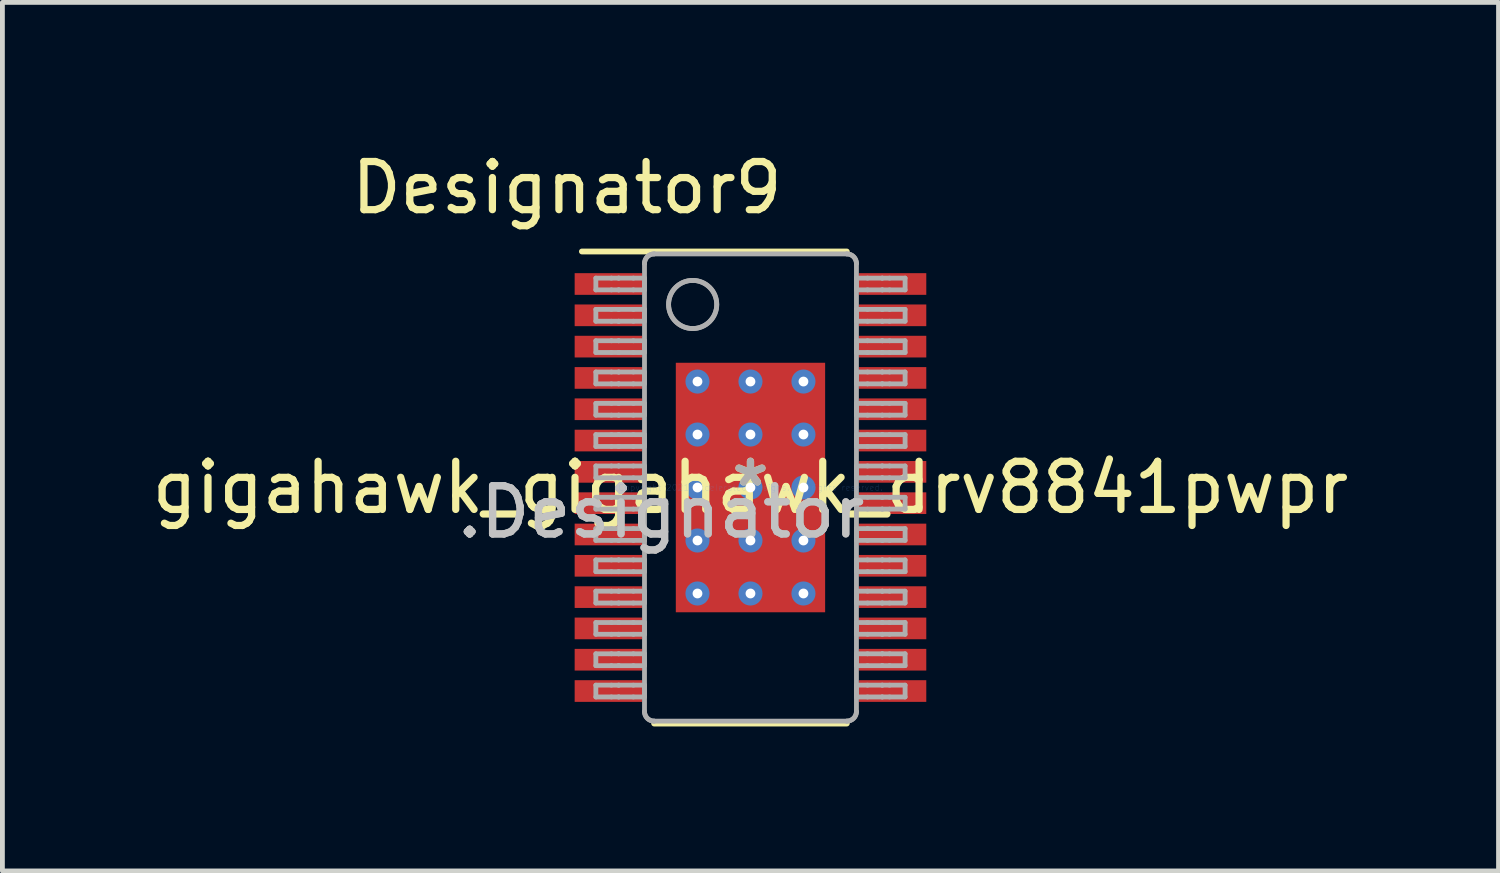
<source format=kicad_pcb>
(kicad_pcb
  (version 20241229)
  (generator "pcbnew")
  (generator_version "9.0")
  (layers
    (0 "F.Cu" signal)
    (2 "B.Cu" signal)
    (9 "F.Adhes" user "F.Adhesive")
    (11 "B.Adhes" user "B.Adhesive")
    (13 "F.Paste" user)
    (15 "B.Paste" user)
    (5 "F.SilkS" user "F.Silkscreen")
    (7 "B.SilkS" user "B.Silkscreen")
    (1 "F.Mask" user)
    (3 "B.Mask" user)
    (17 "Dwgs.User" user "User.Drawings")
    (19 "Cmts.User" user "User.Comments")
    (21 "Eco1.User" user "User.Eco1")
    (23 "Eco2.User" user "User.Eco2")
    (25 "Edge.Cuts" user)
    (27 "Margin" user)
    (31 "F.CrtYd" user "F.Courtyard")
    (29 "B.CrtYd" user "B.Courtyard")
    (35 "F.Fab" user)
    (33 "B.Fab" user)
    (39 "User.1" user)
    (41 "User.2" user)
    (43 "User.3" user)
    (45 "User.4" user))
  (footprint "gigahawk_gigahawk_drv8841pwpr"
    (layer "F.Cu")
    (at 12.53 7.071)
    (property "Reference" "gigahawk_gigahawk_drv8841pwpr" (at 0 0 0) (layer "F.SilkS") (effects (font (size 1 1) (thickness 0.15))))
    (attr through_hole)
    (fp_line (start -3.5 -4.9) (end 2 -4.9) (stroke (width 0.12) (type solid)) (layer "F.SilkS"))
    (fp_line (start -2 4.9) (end 2 4.9) (stroke (width 0.12) (type solid)) (layer "F.SilkS"))
    (fp_line (start -3.21 -4.347) (end -2.887 -4.347) (stroke (width 0.1) (type solid)) (layer "F.Fab"))
    (fp_line (start -3.21 -4.103) (end -3.21 -4.347) (stroke (width 0.1) (type solid)) (layer "F.Fab"))
    (fp_line (start -3.21 -4.103) (end -2.887 -4.103) (stroke (width 0.1) (type solid)) (layer "F.Fab"))
    (fp_line (start -3.21 -3.698) (end -2.887 -3.698) (stroke (width 0.1) (type solid)) (layer "F.Fab"))
    (fp_line (start -3.21 -3.452) (end -3.21 -3.698) (stroke (width 0.1) (type solid)) (layer "F.Fab"))
    (fp_line (start -3.21 -3.452) (end -2.887 -3.452) (stroke (width 0.1) (type solid)) (layer "F.Fab"))
    (fp_line (start -3.21 -3.047) (end -2.887 -3.047) (stroke (width 0.1) (type solid)) (layer "F.Fab"))
    (fp_line (start -3.21 -2.803) (end -3.21 -3.047) (stroke (width 0.1) (type solid)) (layer "F.Fab"))
    (fp_line (start -3.21 -2.803) (end -2.887 -2.803) (stroke (width 0.1) (type solid)) (layer "F.Fab"))
    (fp_line (start -3.21 -2.398) (end -2.887 -2.398) (stroke (width 0.1) (type solid)) (layer "F.Fab"))
    (fp_line (start -3.21 -2.152) (end -3.21 -2.398) (stroke (width 0.1) (type solid)) (layer "F.Fab"))
    (fp_line (start -3.21 -2.152) (end -2.887 -2.152) (stroke (width 0.1) (type solid)) (layer "F.Fab"))
    (fp_line (start -3.21 -1.747) (end -2.887 -1.747) (stroke (width 0.1) (type solid)) (layer "F.Fab"))
    (fp_line (start -3.21 -1.502) (end -3.21 -1.747) (stroke (width 0.1) (type solid)) (layer "F.Fab"))
    (fp_line (start -3.21 -1.502) (end -2.887 -1.502) (stroke (width 0.1) (type solid)) (layer "F.Fab"))
    (fp_line (start -3.21 -1.098) (end -2.887 -1.098) (stroke (width 0.1) (type solid)) (layer "F.Fab"))
    (fp_line (start -3.21 -0.852) (end -3.21 -1.098) (stroke (width 0.1) (type solid)) (layer "F.Fab"))
    (fp_line (start -3.21 -0.852) (end -2.887 -0.852) (stroke (width 0.1) (type solid)) (layer "F.Fab"))
    (fp_line (start -3.21 -0.447) (end -2.887 -0.447) (stroke (width 0.1) (type solid)) (layer "F.Fab"))
    (fp_line (start -3.21 -0.202) (end -3.21 -0.447) (stroke (width 0.1) (type solid)) (layer "F.Fab"))
    (fp_line (start -3.21 -0.202) (end -2.887 -0.202) (stroke (width 0.1) (type solid)) (layer "F.Fab"))
    (fp_line (start -3.21 0.203) (end -2.887 0.203) (stroke (width 0.1) (type solid)) (layer "F.Fab"))
    (fp_line (start -3.21 0.448) (end -3.21 0.203) (stroke (width 0.1) (type solid)) (layer "F.Fab"))
    (fp_line (start -3.21 0.448) (end -2.887 0.448) (stroke (width 0.1) (type solid)) (layer "F.Fab"))
    (fp_line (start -3.21 0.853) (end -2.887 0.853) (stroke (width 0.1) (type solid)) (layer "F.Fab"))
    (fp_line (start -3.21 1.098) (end -3.21 0.853) (stroke (width 0.1) (type solid)) (layer "F.Fab"))
    (fp_line (start -3.21 1.098) (end -2.887 1.098) (stroke (width 0.1) (type solid)) (layer "F.Fab"))
    (fp_line (start -3.21 1.503) (end -2.887 1.503) (stroke (width 0.1) (type solid)) (layer "F.Fab"))
    (fp_line (start -3.21 1.747) (end -3.21 1.503) (stroke (width 0.1) (type solid)) (layer "F.Fab"))
    (fp_line (start -3.21 1.747) (end -2.887 1.747) (stroke (width 0.1) (type solid)) (layer "F.Fab"))
    (fp_line (start -3.21 2.152) (end -2.887 2.152) (stroke (width 0.1) (type solid)) (layer "F.Fab"))
    (fp_line (start -3.21 2.398) (end -3.21 2.152) (stroke (width 0.1) (type solid)) (layer "F.Fab"))
    (fp_line (start -3.21 2.398) (end -2.887 2.398) (stroke (width 0.1) (type solid)) (layer "F.Fab"))
    (fp_line (start -3.21 2.803) (end -2.887 2.803) (stroke (width 0.1) (type solid)) (layer "F.Fab"))
    (fp_line (start -3.21 3.047) (end -3.21 2.803) (stroke (width 0.1) (type solid)) (layer "F.Fab"))
    (fp_line (start -3.21 3.047) (end -2.887 3.047) (stroke (width 0.1) (type solid)) (layer "F.Fab"))
    (fp_line (start -3.21 3.452) (end -2.887 3.452) (stroke (width 0.1) (type solid)) (layer "F.Fab"))
    (fp_line (start -3.21 3.698) (end -3.21 3.452) (stroke (width 0.1) (type solid)) (layer "F.Fab"))
    (fp_line (start -3.21 3.698) (end -2.887 3.698) (stroke (width 0.1) (type solid)) (layer "F.Fab"))
    (fp_line (start -3.21 4.103) (end -2.887 4.103) (stroke (width 0.1) (type solid)) (layer "F.Fab"))
    (fp_line (start -3.21 4.348) (end -3.21 4.103) (stroke (width 0.1) (type solid)) (layer "F.Fab"))
    (fp_line (start -3.21 4.348) (end -2.887 4.348) (stroke (width 0.1) (type solid)) (layer "F.Fab"))
    (fp_line (start -2.887 -4.347) (end -2.739 -4.347) (stroke (width 0.1) (type solid)) (layer "F.Fab"))
    (fp_line (start -2.887 -4.103) (end -2.739 -4.103) (stroke (width 0.1) (type solid)) (layer "F.Fab"))
    (fp_line (start -2.887 -3.698) (end -2.739 -3.698) (stroke (width 0.1) (type solid)) (layer "F.Fab"))
    (fp_line (start -2.887 -3.452) (end -2.739 -3.452) (stroke (width 0.1) (type solid)) (layer "F.Fab"))
    (fp_line (start -2.887 -3.047) (end -2.739 -3.047) (stroke (width 0.1) (type solid)) (layer "F.Fab"))
    (fp_line (start -2.887 -2.803) (end -2.739 -2.803) (stroke (width 0.1) (type solid)) (layer "F.Fab"))
    (fp_line (start -2.887 -2.398) (end -2.739 -2.398) (stroke (width 0.1) (type solid)) (layer "F.Fab"))
    (fp_line (start -2.887 -2.152) (end -2.739 -2.152) (stroke (width 0.1) (type solid)) (layer "F.Fab"))
    (fp_line (start -2.887 -1.747) (end -2.739 -1.747) (stroke (width 0.1) (type solid)) (layer "F.Fab"))
    (fp_line (start -2.887 -1.502) (end -2.739 -1.502) (stroke (width 0.1) (type solid)) (layer "F.Fab"))
    (fp_line (start -2.887 -1.098) (end -2.739 -1.098) (stroke (width 0.1) (type solid)) (layer "F.Fab"))
    (fp_line (start -2.887 -0.852) (end -2.739 -0.852) (stroke (width 0.1) (type solid)) (layer "F.Fab"))
    (fp_line (start -2.887 -0.447) (end -2.739 -0.447) (stroke (width 0.1) (type solid)) (layer "F.Fab"))
    (fp_line (start -2.887 -0.202) (end -2.739 -0.202) (stroke (width 0.1) (type solid)) (layer "F.Fab"))
    (fp_line (start -2.887 0.203) (end -2.739 0.203) (stroke (width 0.1) (type solid)) (layer "F.Fab"))
    (fp_line (start -2.887 0.448) (end -2.739 0.448) (stroke (width 0.1) (type solid)) (layer "F.Fab"))
    (fp_line (start -2.887 0.853) (end -2.739 0.853) (stroke (width 0.1) (type solid)) (layer "F.Fab"))
    (fp_line (start -2.887 1.098) (end -2.739 1.098) (stroke (width 0.1) (type solid)) (layer "F.Fab"))
    (fp_line (start -2.887 1.503) (end -2.739 1.503) (stroke (width 0.1) (type solid)) (layer "F.Fab"))
    (fp_line (start -2.887 1.747) (end -2.739 1.747) (stroke (width 0.1) (type solid)) (layer "F.Fab"))
    (fp_line (start -2.887 2.152) (end -2.739 2.152) (stroke (width 0.1) (type solid)) (layer "F.Fab"))
    (fp_line (start -2.887 2.398) (end -2.739 2.398) (stroke (width 0.1) (type solid)) (layer "F.Fab"))
    (fp_line (start -2.887 2.803) (end -2.739 2.803) (stroke (width 0.1) (type solid)) (layer "F.Fab"))
    (fp_line (start -2.887 3.047) (end -2.739 3.047) (stroke (width 0.1) (type solid)) (layer "F.Fab"))
    (fp_line (start -2.887 3.452) (end -2.739 3.452) (stroke (width 0.1) (type solid)) (layer "F.Fab"))
    (fp_line (start -2.887 3.698) (end -2.739 3.698) (stroke (width 0.1) (type solid)) (layer "F.Fab"))
    (fp_line (start -2.887 4.103) (end -2.739 4.103) (stroke (width 0.1) (type solid)) (layer "F.Fab"))
    (fp_line (start -2.887 4.348) (end -2.739 4.348) (stroke (width 0.1) (type solid)) (layer "F.Fab"))
    (fp_line (start -2.739 -4.347) (end -2.733 -4.347) (stroke (width 0.1) (type solid)) (layer "F.Fab"))
    (fp_line (start -2.739 -4.103) (end -2.733 -4.103) (stroke (width 0.1) (type solid)) (layer "F.Fab"))
    (fp_line (start -2.739 -3.698) (end -2.733 -3.698) (stroke (width 0.1) (type solid)) (layer "F.Fab"))
    (fp_line (start -2.739 -3.452) (end -2.733 -3.452) (stroke (width 0.1) (type solid)) (layer "F.Fab"))
    (fp_line (start -2.739 -3.047) (end -2.733 -3.047) (stroke (width 0.1) (type solid)) (layer "F.Fab"))
    (fp_line (start -2.739 -2.803) (end -2.733 -2.803) (stroke (width 0.1) (type solid)) (layer "F.Fab"))
    (fp_line (start -2.739 -2.398) (end -2.733 -2.398) (stroke (width 0.1) (type solid)) (layer "F.Fab"))
    (fp_line (start -2.739 -2.152) (end -2.733 -2.152) (stroke (width 0.1) (type solid)) (layer "F.Fab"))
    (fp_line (start -2.739 -1.747) (end -2.733 -1.747) (stroke (width 0.1) (type solid)) (layer "F.Fab"))
    (fp_line (start -2.739 -1.502) (end -2.733 -1.502) (stroke (width 0.1) (type solid)) (layer "F.Fab"))
    (fp_line (start -2.739 -1.098) (end -2.733 -1.098) (stroke (width 0.1) (type solid)) (layer "F.Fab"))
    (fp_line (start -2.739 -0.852) (end -2.733 -0.852) (stroke (width 0.1) (type solid)) (layer "F.Fab"))
    (fp_line (start -2.739 -0.447) (end -2.733 -0.447) (stroke (width 0.1) (type solid)) (layer "F.Fab"))
    (fp_line (start -2.739 -0.202) (end -2.733 -0.202) (stroke (width 0.1) (type solid)) (layer "F.Fab"))
    (fp_line (start -2.739 0.203) (end -2.733 0.203) (stroke (width 0.1) (type solid)) (layer "F.Fab"))
    (fp_line (start -2.739 0.448) (end -2.733 0.448) (stroke (width 0.1) (type solid)) (layer "F.Fab"))
    (fp_line (start -2.739 0.853) (end -2.733 0.853) (stroke (width 0.1) (type solid)) (layer "F.Fab"))
    (fp_line (start -2.739 1.098) (end -2.733 1.098) (stroke (width 0.1) (type solid)) (layer "F.Fab"))
    (fp_line (start -2.739 1.503) (end -2.733 1.503) (stroke (width 0.1) (type solid)) (layer "F.Fab"))
    (fp_line (start -2.739 1.747) (end -2.733 1.747) (stroke (width 0.1) (type solid)) (layer "F.Fab"))
    (fp_line (start -2.739 2.152) (end -2.733 2.152) (stroke (width 0.1) (type solid)) (layer "F.Fab"))
    (fp_line (start -2.739 2.398) (end -2.733 2.398) (stroke (width 0.1) (type solid)) (layer "F.Fab"))
    (fp_line (start -2.739 2.803) (end -2.733 2.803) (stroke (width 0.1) (type solid)) (layer "F.Fab"))
    (fp_line (start -2.739 3.047) (end -2.733 3.047) (stroke (width 0.1) (type solid)) (layer "F.Fab"))
    (fp_line (start -2.739 3.452) (end -2.733 3.452) (stroke (width 0.1) (type solid)) (layer "F.Fab"))
    (fp_line (start -2.739 3.698) (end -2.733 3.698) (stroke (width 0.1) (type solid)) (layer "F.Fab"))
    (fp_line (start -2.739 4.103) (end -2.733 4.103) (stroke (width 0.1) (type solid)) (layer "F.Fab"))
    (fp_line (start -2.739 4.348) (end -2.733 4.348) (stroke (width 0.1) (type solid)) (layer "F.Fab"))
    (fp_line (start -2.733 -4.347) (end -2.431 -4.347) (stroke (width 0.1) (type solid)) (layer "F.Fab"))
    (fp_line (start -2.733 -4.103) (end -2.431 -4.103) (stroke (width 0.1) (type solid)) (layer "F.Fab"))
    (fp_line (start -2.733 -3.698) (end -2.431 -3.698) (stroke (width 0.1) (type solid)) (layer "F.Fab"))
    (fp_line (start -2.733 -3.452) (end -2.431 -3.452) (stroke (width 0.1) (type solid)) (layer "F.Fab"))
    (fp_line (start -2.733 -3.047) (end -2.431 -3.047) (stroke (width 0.1) (type solid)) (layer "F.Fab"))
    (fp_line (start -2.733 -2.803) (end -2.431 -2.803) (stroke (width 0.1) (type solid)) (layer "F.Fab"))
    (fp_line (start -2.733 -2.398) (end -2.431 -2.398) (stroke (width 0.1) (type solid)) (layer "F.Fab"))
    (fp_line (start -2.733 -2.152) (end -2.431 -2.152) (stroke (width 0.1) (type solid)) (layer "F.Fab"))
    (fp_line (start -2.733 -1.747) (end -2.431 -1.747) (stroke (width 0.1) (type solid)) (layer "F.Fab"))
    (fp_line (start -2.733 -1.502) (end -2.431 -1.502) (stroke (width 0.1) (type solid)) (layer "F.Fab"))
    (fp_line (start -2.733 -1.098) (end -2.431 -1.098) (stroke (width 0.1) (type solid)) (layer "F.Fab"))
    (fp_line (start -2.733 -0.852) (end -2.431 -0.852) (stroke (width 0.1) (type solid)) (layer "F.Fab"))
    (fp_line (start -2.733 -0.447) (end -2.431 -0.447) (stroke (width 0.1) (type solid)) (layer "F.Fab"))
    (fp_line (start -2.733 -0.202) (end -2.431 -0.202) (stroke (width 0.1) (type solid)) (layer "F.Fab"))
    (fp_line (start -2.733 0.203) (end -2.431 0.203) (stroke (width 0.1) (type solid)) (layer "F.Fab"))
    (fp_line (start -2.733 0.448) (end -2.431 0.448) (stroke (width 0.1) (type solid)) (layer "F.Fab"))
    (fp_line (start -2.733 0.853) (end -2.431 0.853) (stroke (width 0.1) (type solid)) (layer "F.Fab"))
    (fp_line (start -2.733 1.098) (end -2.431 1.098) (stroke (width 0.1) (type solid)) (layer "F.Fab"))
    (fp_line (start -2.733 1.503) (end -2.431 1.503) (stroke (width 0.1) (type solid)) (layer "F.Fab"))
    (fp_line (start -2.733 1.747) (end -2.431 1.747) (stroke (width 0.1) (type solid)) (layer "F.Fab"))
    (fp_line (start -2.733 2.152) (end -2.431 2.152) (stroke (width 0.1) (type solid)) (layer "F.Fab"))
    (fp_line (start -2.733 2.398) (end -2.431 2.398) (stroke (width 0.1) (type solid)) (layer "F.Fab"))
    (fp_line (start -2.733 2.803) (end -2.431 2.803) (stroke (width 0.1) (type solid)) (layer "F.Fab"))
    (fp_line (start -2.733 3.047) (end -2.431 3.047) (stroke (width 0.1) (type solid)) (layer "F.Fab"))
    (fp_line (start -2.733 3.452) (end -2.431 3.452) (stroke (width 0.1) (type solid)) (layer "F.Fab"))
    (fp_line (start -2.733 3.698) (end -2.431 3.698) (stroke (width 0.1) (type solid)) (layer "F.Fab"))
    (fp_line (start -2.733 4.103) (end -2.431 4.103) (stroke (width 0.1) (type solid)) (layer "F.Fab"))
    (fp_line (start -2.733 4.348) (end -2.431 4.348) (stroke (width 0.1) (type solid)) (layer "F.Fab"))
    (fp_line (start -2.431 -4.347) (end -2.2 -4.347) (stroke (width 0.1) (type solid)) (layer "F.Fab"))
    (fp_line (start -2.431 -4.103) (end -2.2 -4.103) (stroke (width 0.1) (type solid)) (layer "F.Fab"))
    (fp_line (start -2.431 -3.698) (end -2.2 -3.698) (stroke (width 0.1) (type solid)) (layer "F.Fab"))
    (fp_line (start -2.431 -3.452) (end -2.2 -3.452) (stroke (width 0.1) (type solid)) (layer "F.Fab"))
    (fp_line (start -2.431 -3.047) (end -2.2 -3.047) (stroke (width 0.1) (type solid)) (layer "F.Fab"))
    (fp_line (start -2.431 -2.803) (end -2.2 -2.803) (stroke (width 0.1) (type solid)) (layer "F.Fab"))
    (fp_line (start -2.431 -2.398) (end -2.2 -2.398) (stroke (width 0.1) (type solid)) (layer "F.Fab"))
    (fp_line (start -2.431 -2.152) (end -2.2 -2.152) (stroke (width 0.1) (type solid)) (layer "F.Fab"))
    (fp_line (start -2.431 -1.747) (end -2.2 -1.747) (stroke (width 0.1) (type solid)) (layer "F.Fab"))
    (fp_line (start -2.431 -1.502) (end -2.2 -1.502) (stroke (width 0.1) (type solid)) (layer "F.Fab"))
    (fp_line (start -2.431 -1.098) (end -2.2 -1.098) (stroke (width 0.1) (type solid)) (layer "F.Fab"))
    (fp_line (start -2.431 -0.852) (end -2.2 -0.852) (stroke (width 0.1) (type solid)) (layer "F.Fab"))
    (fp_line (start -2.431 -0.447) (end -2.2 -0.447) (stroke (width 0.1) (type solid)) (layer "F.Fab"))
    (fp_line (start -2.431 -0.202) (end -2.2 -0.202) (stroke (width 0.1) (type solid)) (layer "F.Fab"))
    (fp_line (start -2.431 0.203) (end -2.2 0.203) (stroke (width 0.1) (type solid)) (layer "F.Fab"))
    (fp_line (start -2.431 0.448) (end -2.2 0.448) (stroke (width 0.1) (type solid)) (layer "F.Fab"))
    (fp_line (start -2.431 0.853) (end -2.2 0.853) (stroke (width 0.1) (type solid)) (layer "F.Fab"))
    (fp_line (start -2.431 1.098) (end -2.2 1.098) (stroke (width 0.1) (type solid)) (layer "F.Fab"))
    (fp_line (start -2.431 1.503) (end -2.2 1.503) (stroke (width 0.1) (type solid)) (layer "F.Fab"))
    (fp_line (start -2.431 1.747) (end -2.2 1.747) (stroke (width 0.1) (type solid)) (layer "F.Fab"))
    (fp_line (start -2.431 2.152) (end -2.2 2.152) (stroke (width 0.1) (type solid)) (layer "F.Fab"))
    (fp_line (start -2.431 2.398) (end -2.2 2.398) (stroke (width 0.1) (type solid)) (layer "F.Fab"))
    (fp_line (start -2.431 2.803) (end -2.2 2.803) (stroke (width 0.1) (type solid)) (layer "F.Fab"))
    (fp_line (start -2.431 3.047) (end -2.2 3.047) (stroke (width 0.1) (type solid)) (layer "F.Fab"))
    (fp_line (start -2.431 3.452) (end -2.2 3.452) (stroke (width 0.1) (type solid)) (layer "F.Fab"))
    (fp_line (start -2.431 3.698) (end -2.2 3.698) (stroke (width 0.1) (type solid)) (layer "F.Fab"))
    (fp_line (start -2.431 4.103) (end -2.2 4.103) (stroke (width 0.1) (type solid)) (layer "F.Fab"))
    (fp_line (start -2.431 4.348) (end -2.2 4.348) (stroke (width 0.1) (type solid)) (layer "F.Fab"))
    (fp_line (start -2.2 -4.103) (end -2.2 -4.347) (stroke (width 0.1) (type solid)) (layer "F.Fab"))
    (fp_line (start -2.2 -3.452) (end -2.2 -3.698) (stroke (width 0.1) (type solid)) (layer "F.Fab"))
    (fp_line (start -2.2 -2.803) (end -2.2 -3.047) (stroke (width 0.1) (type solid)) (layer "F.Fab"))
    (fp_line (start -2.2 -2.152) (end -2.2 -2.398) (stroke (width 0.1) (type solid)) (layer "F.Fab"))
    (fp_line (start -2.2 -1.502) (end -2.2 -1.747) (stroke (width 0.1) (type solid)) (layer "F.Fab"))
    (fp_line (start -2.2 -0.852) (end -2.2 -1.098) (stroke (width 0.1) (type solid)) (layer "F.Fab"))
    (fp_line (start -2.2 -0.202) (end -2.2 -0.447) (stroke (width 0.1) (type solid)) (layer "F.Fab"))
    (fp_line (start -2.2 0.448) (end -2.2 0.203) (stroke (width 0.1) (type solid)) (layer "F.Fab"))
    (fp_line (start -2.2 1.098) (end -2.2 0.853) (stroke (width 0.1) (type solid)) (layer "F.Fab"))
    (fp_line (start -2.2 1.747) (end -2.2 1.503) (stroke (width 0.1) (type solid)) (layer "F.Fab"))
    (fp_line (start -2.2 2.398) (end -2.2 2.152) (stroke (width 0.1) (type solid)) (layer "F.Fab"))
    (fp_line (start -2.2 3.047) (end -2.2 2.803) (stroke (width 0.1) (type solid)) (layer "F.Fab"))
    (fp_line (start -2.2 3.698) (end -2.2 3.452) (stroke (width 0.1) (type solid)) (layer "F.Fab"))
    (fp_line (start -2.2 4.348) (end -2.2 4.103) (stroke (width 0.1) (type solid)) (layer "F.Fab"))
    (fp_line (start -2.2 4.65) (end -2.2 -4.65) (stroke (width 0.1) (type solid)) (layer "F.Fab"))
    (fp_line (start -2 -4.85) (end 2 -4.85) (stroke (width 0.1) (type solid)) (layer "F.Fab"))
    (fp_line (start -2 4.85) (end 2 4.85) (stroke (width 0.1) (type solid)) (layer "F.Fab"))
    (fp_line (start 2.2 -4.347) (end 2.43 -4.347) (stroke (width 0.1) (type solid)) (layer "F.Fab"))
    (fp_line (start 2.2 -4.103) (end 2.2 -4.347) (stroke (width 0.1) (type solid)) (layer "F.Fab"))
    (fp_line (start 2.2 -4.103) (end 2.43 -4.103) (stroke (width 0.1) (type solid)) (layer "F.Fab"))
    (fp_line (start 2.2 -3.698) (end 2.43 -3.698) (stroke (width 0.1) (type solid)) (layer "F.Fab"))
    (fp_line (start 2.2 -3.452) (end 2.2 -3.698) (stroke (width 0.1) (type solid)) (layer "F.Fab"))
    (fp_line (start 2.2 -3.452) (end 2.43 -3.452) (stroke (width 0.1) (type solid)) (layer "F.Fab"))
    (fp_line (start 2.2 -3.047) (end 2.43 -3.047) (stroke (width 0.1) (type solid)) (layer "F.Fab"))
    (fp_line (start 2.2 -2.803) (end 2.2 -3.047) (stroke (width 0.1) (type solid)) (layer "F.Fab"))
    (fp_line (start 2.2 -2.803) (end 2.43 -2.803) (stroke (width 0.1) (type solid)) (layer "F.Fab"))
    (fp_line (start 2.2 -2.398) (end 2.43 -2.398) (stroke (width 0.1) (type solid)) (layer "F.Fab"))
    (fp_line (start 2.2 -2.152) (end 2.2 -2.398) (stroke (width 0.1) (type solid)) (layer "F.Fab"))
    (fp_line (start 2.2 -2.152) (end 2.43 -2.152) (stroke (width 0.1) (type solid)) (layer "F.Fab"))
    (fp_line (start 2.2 -1.747) (end 2.43 -1.747) (stroke (width 0.1) (type solid)) (layer "F.Fab"))
    (fp_line (start 2.2 -1.502) (end 2.2 -1.747) (stroke (width 0.1) (type solid)) (layer "F.Fab"))
    (fp_line (start 2.2 -1.502) (end 2.43 -1.502) (stroke (width 0.1) (type solid)) (layer "F.Fab"))
    (fp_line (start 2.2 -1.098) (end 2.43 -1.098) (stroke (width 0.1) (type solid)) (layer "F.Fab"))
    (fp_line (start 2.2 -0.852) (end 2.2 -1.098) (stroke (width 0.1) (type solid)) (layer "F.Fab"))
    (fp_line (start 2.2 -0.852) (end 2.43 -0.852) (stroke (width 0.1) (type solid)) (layer "F.Fab"))
    (fp_line (start 2.2 -0.447) (end 2.43 -0.447) (stroke (width 0.1) (type solid)) (layer "F.Fab"))
    (fp_line (start 2.2 -0.202) (end 2.2 -0.447) (stroke (width 0.1) (type solid)) (layer "F.Fab"))
    (fp_line (start 2.2 -0.202) (end 2.43 -0.202) (stroke (width 0.1) (type solid)) (layer "F.Fab"))
    (fp_line (start 2.2 0.203) (end 2.43 0.203) (stroke (width 0.1) (type solid)) (layer "F.Fab"))
    (fp_line (start 2.2 0.448) (end 2.2 0.203) (stroke (width 0.1) (type solid)) (layer "F.Fab"))
    (fp_line (start 2.2 0.448) (end 2.43 0.448) (stroke (width 0.1) (type solid)) (layer "F.Fab"))
    (fp_line (start 2.2 0.853) (end 2.43 0.853) (stroke (width 0.1) (type solid)) (layer "F.Fab"))
    (fp_line (start 2.2 1.098) (end 2.2 0.853) (stroke (width 0.1) (type solid)) (layer "F.Fab"))
    (fp_line (start 2.2 1.098) (end 2.43 1.098) (stroke (width 0.1) (type solid)) (layer "F.Fab"))
    (fp_line (start 2.2 1.503) (end 2.43 1.503) (stroke (width 0.1) (type solid)) (layer "F.Fab"))
    (fp_line (start 2.2 1.747) (end 2.2 1.503) (stroke (width 0.1) (type solid)) (layer "F.Fab"))
    (fp_line (start 2.2 1.747) (end 2.43 1.747) (stroke (width 0.1) (type solid)) (layer "F.Fab"))
    (fp_line (start 2.2 2.152) (end 2.43 2.152) (stroke (width 0.1) (type solid)) (layer "F.Fab"))
    (fp_line (start 2.2 2.398) (end 2.2 2.152) (stroke (width 0.1) (type solid)) (layer "F.Fab"))
    (fp_line (start 2.2 2.398) (end 2.43 2.398) (stroke (width 0.1) (type solid)) (layer "F.Fab"))
    (fp_line (start 2.2 2.803) (end 2.43 2.803) (stroke (width 0.1) (type solid)) (layer "F.Fab"))
    (fp_line (start 2.2 3.047) (end 2.2 2.803) (stroke (width 0.1) (type solid)) (layer "F.Fab"))
    (fp_line (start 2.2 3.047) (end 2.43 3.047) (stroke (width 0.1) (type solid)) (layer "F.Fab"))
    (fp_line (start 2.2 3.452) (end 2.43 3.452) (stroke (width 0.1) (type solid)) (layer "F.Fab"))
    (fp_line (start 2.2 3.698) (end 2.2 3.452) (stroke (width 0.1) (type solid)) (layer "F.Fab"))
    (fp_line (start 2.2 3.698) (end 2.43 3.698) (stroke (width 0.1) (type solid)) (layer "F.Fab"))
    (fp_line (start 2.2 4.103) (end 2.43 4.103) (stroke (width 0.1) (type solid)) (layer "F.Fab"))
    (fp_line (start 2.2 4.348) (end 2.2 4.103) (stroke (width 0.1) (type solid)) (layer "F.Fab"))
    (fp_line (start 2.2 4.348) (end 2.43 4.348) (stroke (width 0.1) (type solid)) (layer "F.Fab"))
    (fp_line (start 2.2 4.65) (end 2.2 -4.65) (stroke (width 0.1) (type solid)) (layer "F.Fab"))
    (fp_line (start 2.43 -4.347) (end 2.733 -4.347) (stroke (width 0.1) (type solid)) (layer "F.Fab"))
    (fp_line (start 2.43 -4.103) (end 2.733 -4.103) (stroke (width 0.1) (type solid)) (layer "F.Fab"))
    (fp_line (start 2.43 -3.698) (end 2.733 -3.698) (stroke (width 0.1) (type solid)) (layer "F.Fab"))
    (fp_line (start 2.43 -3.452) (end 2.733 -3.452) (stroke (width 0.1) (type solid)) (layer "F.Fab"))
    (fp_line (start 2.43 -3.047) (end 2.733 -3.047) (stroke (width 0.1) (type solid)) (layer "F.Fab"))
    (fp_line (start 2.43 -2.803) (end 2.733 -2.803) (stroke (width 0.1) (type solid)) (layer "F.Fab"))
    (fp_line (start 2.43 -2.398) (end 2.733 -2.398) (stroke (width 0.1) (type solid)) (layer "F.Fab"))
    (fp_line (start 2.43 -2.152) (end 2.733 -2.152) (stroke (width 0.1) (type solid)) (layer "F.Fab"))
    (fp_line (start 2.43 -1.747) (end 2.733 -1.747) (stroke (width 0.1) (type solid)) (layer "F.Fab"))
    (fp_line (start 2.43 -1.502) (end 2.733 -1.502) (stroke (width 0.1) (type solid)) (layer "F.Fab"))
    (fp_line (start 2.43 -1.098) (end 2.733 -1.098) (stroke (width 0.1) (type solid)) (layer "F.Fab"))
    (fp_line (start 2.43 -0.852) (end 2.733 -0.852) (stroke (width 0.1) (type solid)) (layer "F.Fab"))
    (fp_line (start 2.43 -0.447) (end 2.733 -0.447) (stroke (width 0.1) (type solid)) (layer "F.Fab"))
    (fp_line (start 2.43 -0.202) (end 2.733 -0.202) (stroke (width 0.1) (type solid)) (layer "F.Fab"))
    (fp_line (start 2.43 0.203) (end 2.733 0.203) (stroke (width 0.1) (type solid)) (layer "F.Fab"))
    (fp_line (start 2.43 0.448) (end 2.733 0.448) (stroke (width 0.1) (type solid)) (layer "F.Fab"))
    (fp_line (start 2.43 0.853) (end 2.733 0.853) (stroke (width 0.1) (type solid)) (layer "F.Fab"))
    (fp_line (start 2.43 1.098) (end 2.733 1.098) (stroke (width 0.1) (type solid)) (layer "F.Fab"))
    (fp_line (start 2.43 1.503) (end 2.733 1.503) (stroke (width 0.1) (type solid)) (layer "F.Fab"))
    (fp_line (start 2.43 1.747) (end 2.733 1.747) (stroke (width 0.1) (type solid)) (layer "F.Fab"))
    (fp_line (start 2.43 2.152) (end 2.733 2.152) (stroke (width 0.1) (type solid)) (layer "F.Fab"))
    (fp_line (start 2.43 2.398) (end 2.733 2.398) (stroke (width 0.1) (type solid)) (layer "F.Fab"))
    (fp_line (start 2.43 2.803) (end 2.733 2.803) (stroke (width 0.1) (type solid)) (layer "F.Fab"))
    (fp_line (start 2.43 3.047) (end 2.733 3.047) (stroke (width 0.1) (type solid)) (layer "F.Fab"))
    (fp_line (start 2.43 3.452) (end 2.733 3.452) (stroke (width 0.1) (type solid)) (layer "F.Fab"))
    (fp_line (start 2.43 3.698) (end 2.733 3.698) (stroke (width 0.1) (type solid)) (layer "F.Fab"))
    (fp_line (start 2.43 4.103) (end 2.733 4.103) (stroke (width 0.1) (type solid)) (layer "F.Fab"))
    (fp_line (start 2.43 4.348) (end 2.733 4.348) (stroke (width 0.1) (type solid)) (layer "F.Fab"))
    (fp_line (start 2.733 -4.347) (end 2.739 -4.347) (stroke (width 0.1) (type solid)) (layer "F.Fab"))
    (fp_line (start 2.733 -4.103) (end 2.739 -4.103) (stroke (width 0.1) (type solid)) (layer "F.Fab"))
    (fp_line (start 2.733 -3.698) (end 2.739 -3.698) (stroke (width 0.1) (type solid)) (layer "F.Fab"))
    (fp_line (start 2.733 -3.452) (end 2.739 -3.452) (stroke (width 0.1) (type solid)) (layer "F.Fab"))
    (fp_line (start 2.733 -3.047) (end 2.739 -3.047) (stroke (width 0.1) (type solid)) (layer "F.Fab"))
    (fp_line (start 2.733 -2.803) (end 2.739 -2.803) (stroke (width 0.1) (type solid)) (layer "F.Fab"))
    (fp_line (start 2.733 -2.398) (end 2.739 -2.398) (stroke (width 0.1) (type solid)) (layer "F.Fab"))
    (fp_line (start 2.733 -2.152) (end 2.739 -2.152) (stroke (width 0.1) (type solid)) (layer "F.Fab"))
    (fp_line (start 2.733 -1.747) (end 2.739 -1.747) (stroke (width 0.1) (type solid)) (layer "F.Fab"))
    (fp_line (start 2.733 -1.502) (end 2.739 -1.502) (stroke (width 0.1) (type solid)) (layer "F.Fab"))
    (fp_line (start 2.733 -1.098) (end 2.739 -1.098) (stroke (width 0.1) (type solid)) (layer "F.Fab"))
    (fp_line (start 2.733 -0.852) (end 2.739 -0.852) (stroke (width 0.1) (type solid)) (layer "F.Fab"))
    (fp_line (start 2.733 -0.447) (end 2.739 -0.447) (stroke (width 0.1) (type solid)) (layer "F.Fab"))
    (fp_line (start 2.733 -0.202) (end 2.739 -0.202) (stroke (width 0.1) (type solid)) (layer "F.Fab"))
    (fp_line (start 2.733 0.203) (end 2.739 0.203) (stroke (width 0.1) (type solid)) (layer "F.Fab"))
    (fp_line (start 2.733 0.448) (end 2.739 0.448) (stroke (width 0.1) (type solid)) (layer "F.Fab"))
    (fp_line (start 2.733 0.853) (end 2.739 0.853) (stroke (width 0.1) (type solid)) (layer "F.Fab"))
    (fp_line (start 2.733 1.098) (end 2.739 1.098) (stroke (width 0.1) (type solid)) (layer "F.Fab"))
    (fp_line (start 2.733 1.503) (end 2.739 1.503) (stroke (width 0.1) (type solid)) (layer "F.Fab"))
    (fp_line (start 2.733 1.747) (end 2.739 1.747) (stroke (width 0.1) (type solid)) (layer "F.Fab"))
    (fp_line (start 2.733 2.152) (end 2.739 2.152) (stroke (width 0.1) (type solid)) (layer "F.Fab"))
    (fp_line (start 2.733 2.398) (end 2.739 2.398) (stroke (width 0.1) (type solid)) (layer "F.Fab"))
    (fp_line (start 2.733 2.803) (end 2.739 2.803) (stroke (width 0.1) (type solid)) (layer "F.Fab"))
    (fp_line (start 2.733 3.047) (end 2.739 3.047) (stroke (width 0.1) (type solid)) (layer "F.Fab"))
    (fp_line (start 2.733 3.452) (end 2.739 3.452) (stroke (width 0.1) (type solid)) (layer "F.Fab"))
    (fp_line (start 2.733 3.698) (end 2.739 3.698) (stroke (width 0.1) (type solid)) (layer "F.Fab"))
    (fp_line (start 2.733 4.103) (end 2.739 4.103) (stroke (width 0.1) (type solid)) (layer "F.Fab"))
    (fp_line (start 2.733 4.348) (end 2.739 4.348) (stroke (width 0.1) (type solid)) (layer "F.Fab"))
    (fp_line (start 2.739 -4.347) (end 2.887 -4.347) (stroke (width 0.1) (type solid)) (layer "F.Fab"))
    (fp_line (start 2.739 -4.103) (end 2.887 -4.103) (stroke (width 0.1) (type solid)) (layer "F.Fab"))
    (fp_line (start 2.739 -3.698) (end 2.887 -3.698) (stroke (width 0.1) (type solid)) (layer "F.Fab"))
    (fp_line (start 2.739 -3.452) (end 2.887 -3.452) (stroke (width 0.1) (type solid)) (layer "F.Fab"))
    (fp_line (start 2.739 -3.047) (end 2.887 -3.047) (stroke (width 0.1) (type solid)) (layer "F.Fab"))
    (fp_line (start 2.739 -2.803) (end 2.887 -2.803) (stroke (width 0.1) (type solid)) (layer "F.Fab"))
    (fp_line (start 2.739 -2.398) (end 2.887 -2.398) (stroke (width 0.1) (type solid)) (layer "F.Fab"))
    (fp_line (start 2.739 -2.152) (end 2.887 -2.152) (stroke (width 0.1) (type solid)) (layer "F.Fab"))
    (fp_line (start 2.739 -1.747) (end 2.887 -1.747) (stroke (width 0.1) (type solid)) (layer "F.Fab"))
    (fp_line (start 2.739 -1.502) (end 2.887 -1.502) (stroke (width 0.1) (type solid)) (layer "F.Fab"))
    (fp_line (start 2.739 -1.098) (end 2.887 -1.098) (stroke (width 0.1) (type solid)) (layer "F.Fab"))
    (fp_line (start 2.739 -0.852) (end 2.887 -0.852) (stroke (width 0.1) (type solid)) (layer "F.Fab"))
    (fp_line (start 2.739 -0.447) (end 2.887 -0.447) (stroke (width 0.1) (type solid)) (layer "F.Fab"))
    (fp_line (start 2.739 -0.202) (end 2.887 -0.202) (stroke (width 0.1) (type solid)) (layer "F.Fab"))
    (fp_line (start 2.739 0.203) (end 2.887 0.203) (stroke (width 0.1) (type solid)) (layer "F.Fab"))
    (fp_line (start 2.739 0.448) (end 2.887 0.448) (stroke (width 0.1) (type solid)) (layer "F.Fab"))
    (fp_line (start 2.739 0.853) (end 2.887 0.853) (stroke (width 0.1) (type solid)) (layer "F.Fab"))
    (fp_line (start 2.739 1.098) (end 2.887 1.098) (stroke (width 0.1) (type solid)) (layer "F.Fab"))
    (fp_line (start 2.739 1.503) (end 2.887 1.503) (stroke (width 0.1) (type solid)) (layer "F.Fab"))
    (fp_line (start 2.739 1.747) (end 2.887 1.747) (stroke (width 0.1) (type solid)) (layer "F.Fab"))
    (fp_line (start 2.739 2.152) (end 2.887 2.152) (stroke (width 0.1) (type solid)) (layer "F.Fab"))
    (fp_line (start 2.739 2.398) (end 2.887 2.398) (stroke (width 0.1) (type solid)) (layer "F.Fab"))
    (fp_line (start 2.739 2.803) (end 2.887 2.803) (stroke (width 0.1) (type solid)) (layer "F.Fab"))
    (fp_line (start 2.739 3.047) (end 2.887 3.047) (stroke (width 0.1) (type solid)) (layer "F.Fab"))
    (fp_line (start 2.739 3.452) (end 2.887 3.452) (stroke (width 0.1) (type solid)) (layer "F.Fab"))
    (fp_line (start 2.739 3.698) (end 2.887 3.698) (stroke (width 0.1) (type solid)) (layer "F.Fab"))
    (fp_line (start 2.739 4.103) (end 2.887 4.103) (stroke (width 0.1) (type solid)) (layer "F.Fab"))
    (fp_line (start 2.739 4.348) (end 2.887 4.348) (stroke (width 0.1) (type solid)) (layer "F.Fab"))
    (fp_line (start 2.887 -4.347) (end 3.21 -4.347) (stroke (width 0.1) (type solid)) (layer "F.Fab"))
    (fp_line (start 2.887 -4.103) (end 3.21 -4.103) (stroke (width 0.1) (type solid)) (layer "F.Fab"))
    (fp_line (start 2.887 -3.698) (end 3.21 -3.698) (stroke (width 0.1) (type solid)) (layer "F.Fab"))
    (fp_line (start 2.887 -3.452) (end 3.21 -3.452) (stroke (width 0.1) (type solid)) (layer "F.Fab"))
    (fp_line (start 2.887 -3.047) (end 3.21 -3.047) (stroke (width 0.1) (type solid)) (layer "F.Fab"))
    (fp_line (start 2.887 -2.803) (end 3.21 -2.803) (stroke (width 0.1) (type solid)) (layer "F.Fab"))
    (fp_line (start 2.887 -2.398) (end 3.21 -2.398) (stroke (width 0.1) (type solid)) (layer "F.Fab"))
    (fp_line (start 2.887 -2.152) (end 3.21 -2.152) (stroke (width 0.1) (type solid)) (layer "F.Fab"))
    (fp_line (start 2.887 -1.747) (end 3.21 -1.747) (stroke (width 0.1) (type solid)) (layer "F.Fab"))
    (fp_line (start 2.887 -1.502) (end 3.21 -1.502) (stroke (width 0.1) (type solid)) (layer "F.Fab"))
    (fp_line (start 2.887 -1.098) (end 3.21 -1.098) (stroke (width 0.1) (type solid)) (layer "F.Fab"))
    (fp_line (start 2.887 -0.852) (end 3.21 -0.852) (stroke (width 0.1) (type solid)) (layer "F.Fab"))
    (fp_line (start 2.887 -0.447) (end 3.21 -0.447) (stroke (width 0.1) (type solid)) (layer "F.Fab"))
    (fp_line (start 2.887 -0.202) (end 3.21 -0.202) (stroke (width 0.1) (type solid)) (layer "F.Fab"))
    (fp_line (start 2.887 0.203) (end 3.21 0.203) (stroke (width 0.1) (type solid)) (layer "F.Fab"))
    (fp_line (start 2.887 0.448) (end 3.21 0.448) (stroke (width 0.1) (type solid)) (layer "F.Fab"))
    (fp_line (start 2.887 0.853) (end 3.21 0.853) (stroke (width 0.1) (type solid)) (layer "F.Fab"))
    (fp_line (start 2.887 1.098) (end 3.21 1.098) (stroke (width 0.1) (type solid)) (layer "F.Fab"))
    (fp_line (start 2.887 1.503) (end 3.21 1.503) (stroke (width 0.1) (type solid)) (layer "F.Fab"))
    (fp_line (start 2.887 1.747) (end 3.21 1.747) (stroke (width 0.1) (type solid)) (layer "F.Fab"))
    (fp_line (start 2.887 2.152) (end 3.21 2.152) (stroke (width 0.1) (type solid)) (layer "F.Fab"))
    (fp_line (start 2.887 2.398) (end 3.21 2.398) (stroke (width 0.1) (type solid)) (layer "F.Fab"))
    (fp_line (start 2.887 2.803) (end 3.21 2.803) (stroke (width 0.1) (type solid)) (layer "F.Fab"))
    (fp_line (start 2.887 3.047) (end 3.21 3.047) (stroke (width 0.1) (type solid)) (layer "F.Fab"))
    (fp_line (start 2.887 3.452) (end 3.21 3.452) (stroke (width 0.1) (type solid)) (layer "F.Fab"))
    (fp_line (start 2.887 3.698) (end 3.21 3.698) (stroke (width 0.1) (type solid)) (layer "F.Fab"))
    (fp_line (start 2.887 4.103) (end 3.21 4.103) (stroke (width 0.1) (type solid)) (layer "F.Fab"))
    (fp_line (start 2.887 4.348) (end 3.21 4.348) (stroke (width 0.1) (type solid)) (layer "F.Fab"))
    (fp_line (start 3.21 -4.103) (end 3.21 -4.347) (stroke (width 0.1) (type solid)) (layer "F.Fab"))
    (fp_line (start 3.21 -3.452) (end 3.21 -3.698) (stroke (width 0.1) (type solid)) (layer "F.Fab"))
    (fp_line (start 3.21 -2.803) (end 3.21 -3.047) (stroke (width 0.1) (type solid)) (layer "F.Fab"))
    (fp_line (start 3.21 -2.152) (end 3.21 -2.398) (stroke (width 0.1) (type solid)) (layer "F.Fab"))
    (fp_line (start 3.21 -1.502) (end 3.21 -1.747) (stroke (width 0.1) (type solid)) (layer "F.Fab"))
    (fp_line (start 3.21 -0.852) (end 3.21 -1.098) (stroke (width 0.1) (type solid)) (layer "F.Fab"))
    (fp_line (start 3.21 -0.202) (end 3.21 -0.447) (stroke (width 0.1) (type solid)) (layer "F.Fab"))
    (fp_line (start 3.21 0.448) (end 3.21 0.203) (stroke (width 0.1) (type solid)) (layer "F.Fab"))
    (fp_line (start 3.21 1.098) (end 3.21 0.853) (stroke (width 0.1) (type solid)) (layer "F.Fab"))
    (fp_line (start 3.21 1.747) (end 3.21 1.503) (stroke (width 0.1) (type solid)) (layer "F.Fab"))
    (fp_line (start 3.21 2.398) (end 3.21 2.152) (stroke (width 0.1) (type solid)) (layer "F.Fab"))
    (fp_line (start 3.21 3.047) (end 3.21 2.803) (stroke (width 0.1) (type solid)) (layer "F.Fab"))
    (fp_line (start 3.21 3.698) (end 3.21 3.452) (stroke (width 0.1) (type solid)) (layer "F.Fab"))
    (fp_line (start 3.21 4.348) (end 3.21 4.103) (stroke (width 0.1) (type solid)) (layer "F.Fab"))
    (fp_arc (start -2.2 -4.650001) (mid -2.141422 -4.791422) (end -2.000001 -4.85) (stroke (width 0.1) (type solid)) (layer "F.Fab"))
    (fp_arc (start -2.2 -4.650001) (mid -2.141422 -4.791422) (end -2.000001 -4.85) (stroke (width 0.1) (type solid)) (layer "F.Fab"))
    (fp_arc (start -2.000001 4.850006) (mid -2.141422 4.791427) (end -2.200001 4.650006) (stroke (width 0.1) (type solid)) (layer "F.Fab"))
    (fp_arc (start -2.000001 4.850006) (mid -2.141422 4.791427) (end -2.200001 4.650006) (stroke (width 0.1) (type solid)) (layer "F.Fab"))
    (fp_arc (start -1.200003 -4.299989) (mid -0.700004 -3.79999) (end -1.200003 -3.299991) (stroke (width 0.1) (type solid)) (layer "F.Fab"))
    (fp_arc (start -1.200003 -4.299989) (mid -0.700004 -3.79999) (end -1.200003 -3.299991) (stroke (width 0.1) (type solid)) (layer "F.Fab"))
    (fp_arc (start -1.200003 -3.299991) (mid -1.700002 -3.79999) (end -1.200003 -4.299989) (stroke (width 0.1) (type solid)) (layer "F.Fab"))
    (fp_arc (start -1.200003 -3.299991) (mid -1.700002 -3.79999) (end -1.200003 -4.299989) (stroke (width 0.1) (type solid)) (layer "F.Fab"))
    (fp_arc (start 1.999991 -4.85) (mid 2.141412 -4.791422) (end 2.19999 -4.650001) (stroke (width 0.1) (type solid)) (layer "F.Fab"))
    (fp_arc (start 1.999991 -4.85) (mid 2.141412 -4.791422) (end 2.19999 -4.650001) (stroke (width 0.1) (type solid)) (layer "F.Fab"))
    (fp_arc (start 2.199991 4.650006) (mid 2.141412 4.791427) (end 1.999991 4.850006) (stroke (width 0.1) (type solid)) (layer "F.Fab"))
    (fp_arc (start 2.199991 4.650006) (mid 2.141412 4.791427) (end 1.999991 4.850006) (stroke (width 0.1) (type solid)) (layer "F.Fab"))
    (fp_text user "Designator9" (at -3.81 -6.223 0) (layer "F.SilkS") (effects (font (size 1 1) (thickness 0.15))))
    (fp_text user "*" (at 0 0 0) (layer "F.SilkS") (effects (font (size 1 1) (thickness 0.15))))
    (fp_text user ".Designator" (at -1.854 0.508 0) (layer "Dwgs.User") (effects (font (size 1 1) (thickness 0.15))))
    (fp_text user "Copyright 2021 Accelerated Designs. All rights reserved." (at 0 0 0) (layer "Cmts.User") (effects (font (size 0.127 0.127) (thickness 0.002))))
    (fp_text user "*" (at 0 0 0) (layer "F.Fab") (effects (font (size 1 1) (thickness 0.15))))
    (fp_text user ".Designator" (at -1.854 0.508 0) (layer "F.Fab") (effects (font (size 1 1) (thickness 0.15))))
    (pad "1" smd rect (at -2.95 -4.225 90) (size 0.45 1.4) (layers "F.Cu" "F.Mask" "F.Paste"))
    (pad "2" smd rect (at -2.95 -3.575 90) (size 0.45 1.4) (layers "F.Cu" "F.Mask" "F.Paste"))
    (pad "3" smd rect (at -2.95 -2.925 90) (size 0.45 1.4) (layers "F.Cu" "F.Mask" "F.Paste"))
    (pad "4" smd rect (at -2.95 -2.275 90) (size 0.45 1.4) (layers "F.Cu" "F.Mask" "F.Paste"))
    (pad "5" smd rect (at -2.95 -1.625 90) (size 0.45 1.4) (layers "F.Cu" "F.Mask" "F.Paste"))
    (pad "6" smd rect (at -2.95 -0.975 90) (size 0.45 1.4) (layers "F.Cu" "F.Mask" "F.Paste"))
    (pad "7" smd rect (at -2.95 -0.325 90) (size 0.45 1.4) (layers "F.Cu" "F.Mask" "F.Paste"))
    (pad "8" smd rect (at -2.95 0.325 90) (size 0.45 1.4) (layers "F.Cu" "F.Mask" "F.Paste"))
    (pad "9" smd rect (at -2.95 0.975 90) (size 0.45 1.4) (layers "F.Cu" "F.Mask" "F.Paste"))
    (pad "10" smd rect (at -2.95 1.625 90) (size 0.45 1.4) (layers "F.Cu" "F.Mask" "F.Paste"))
    (pad "11" smd rect (at -2.95 2.275 90) (size 0.45 1.4) (layers "F.Cu" "F.Mask" "F.Paste"))
    (pad "12" smd rect (at -2.95 2.925 90) (size 0.45 1.4) (layers "F.Cu" "F.Mask" "F.Paste"))
    (pad "13" smd rect (at -2.95 3.575 90) (size 0.45 1.4) (layers "F.Cu" "F.Mask" "F.Paste"))
    (pad "14" smd rect (at -2.95 4.225 90) (size 0.45 1.4) (layers "F.Cu" "F.Mask" "F.Paste"))
    (pad "15" smd rect (at 2.95 4.225 90) (size 0.45 1.4) (layers "F.Cu" "F.Mask" "F.Paste"))
    (pad "16" smd rect (at 2.95 3.575 90) (size 0.45 1.4) (layers "F.Cu" "F.Mask" "F.Paste"))
    (pad "17" smd rect (at 2.95 2.925 90) (size 0.45 1.4) (layers "F.Cu" "F.Mask" "F.Paste"))
    (pad "18" smd rect (at 2.95 2.275 90) (size 0.45 1.4) (layers "F.Cu" "F.Mask" "F.Paste"))
    (pad "19" smd rect (at 2.95 1.625 90) (size 0.45 1.4) (layers "F.Cu" "F.Mask" "F.Paste"))
    (pad "20" smd rect (at 2.95 0.975 90) (size 0.45 1.4) (layers "F.Cu" "F.Mask" "F.Paste"))
    (pad "21" smd rect (at 2.95 0.325 90) (size 0.45 1.4) (layers "F.Cu" "F.Mask" "F.Paste"))
    (pad "22" smd rect (at 2.95 -0.325 90) (size 0.45 1.4) (layers "F.Cu" "F.Mask" "F.Paste"))
    (pad "23" smd rect (at 2.95 -0.975 90) (size 0.45 1.4) (layers "F.Cu" "F.Mask" "F.Paste"))
    (pad "24" smd rect (at 2.95 -1.625 90) (size 0.45 1.4) (layers "F.Cu" "F.Mask" "F.Paste"))
    (pad "25" smd rect (at 2.95 -2.275 90) (size 0.45 1.4) (layers "F.Cu" "F.Mask" "F.Paste"))
    (pad "26" smd rect (at 2.95 -2.925 90) (size 0.45 1.4) (layers "F.Cu" "F.Mask" "F.Paste"))
    (pad "27" smd rect (at 2.95 -3.575 90) (size 0.45 1.4) (layers "F.Cu" "F.Mask" "F.Paste"))
    (pad "28" smd rect (at 2.95 -4.225 90) (size 0.45 1.4) (layers "F.Cu" "F.Mask" "F.Paste"))
    (pad "29" smd rect (at 0 0) (size 3.1 5.18) (layers "F.Cu" "F.Mask" "F.Paste"))
    (pad "V" thru_hole circle (at -1.1 -2.2) (size 0.5 0.5) (drill 0.203) (layers "*.Cu" "*.Mask"))
    (pad "V" thru_hole circle (at -1.1 -1.1) (size 0.5 0.5) (drill 0.203) (layers "*.Cu" "*.Mask"))
    (pad "V" thru_hole circle (at -1.1 0) (size 0.5 0.5) (drill 0.203) (layers "*.Cu" "*.Mask"))
    (pad "V" thru_hole circle (at -1.1 1.1) (size 0.5 0.5) (drill 0.203) (layers "*.Cu" "*.Mask"))
    (pad "V" thru_hole circle (at -1.1 2.2) (size 0.5 0.5) (drill 0.203) (layers "*.Cu" "*.Mask"))
    (pad "V" thru_hole circle (at 0 -2.2) (size 0.5 0.5) (drill 0.203) (layers "*.Cu" "*.Mask"))
    (pad "V" thru_hole circle (at 0 2.2) (size 0.5 0.5) (drill 0.203) (layers "*.Cu" "*.Mask"))
    (pad "V" thru_hole circle (at 0.000003 -1.1) (size 0.5 0.5) (drill 0.203) (layers "*.Cu" "*.Mask"))
    (pad "V" thru_hole circle (at 0.000003 0) (size 0.5 0.5) (drill 0.203) (layers "*.Cu" "*.Mask"))
    (pad "V" thru_hole circle (at 0.000003 1.1) (size 0.5 0.5) (drill 0.203) (layers "*.Cu" "*.Mask"))
    (pad "V" thru_hole circle (at 1.1 -2.2) (size 0.5 0.5) (drill 0.203) (layers "*.Cu" "*.Mask"))
    (pad "V" thru_hole circle (at 1.1 -1.1) (size 0.5 0.5) (drill 0.203) (layers "*.Cu" "*.Mask"))
    (pad "V" thru_hole circle (at 1.1 0) (size 0.5 0.5) (drill 0.203) (layers "*.Cu" "*.Mask"))
    (pad "V" thru_hole circle (at 1.1 1.1) (size 0.5 0.5) (drill 0.203) (layers "*.Cu" "*.Mask"))
    (pad "V" thru_hole circle (at 1.1 2.2) (size 0.5 0.5) (drill 0.203) (layers "*.Cu" "*.Mask")))
  (gr_rect
    (start -3 -3)
    (end 28.06 15.031)
    (stroke (width 0.1) (type default))
    (fill no)
    (layer "Edge.Cuts")))
</source>
